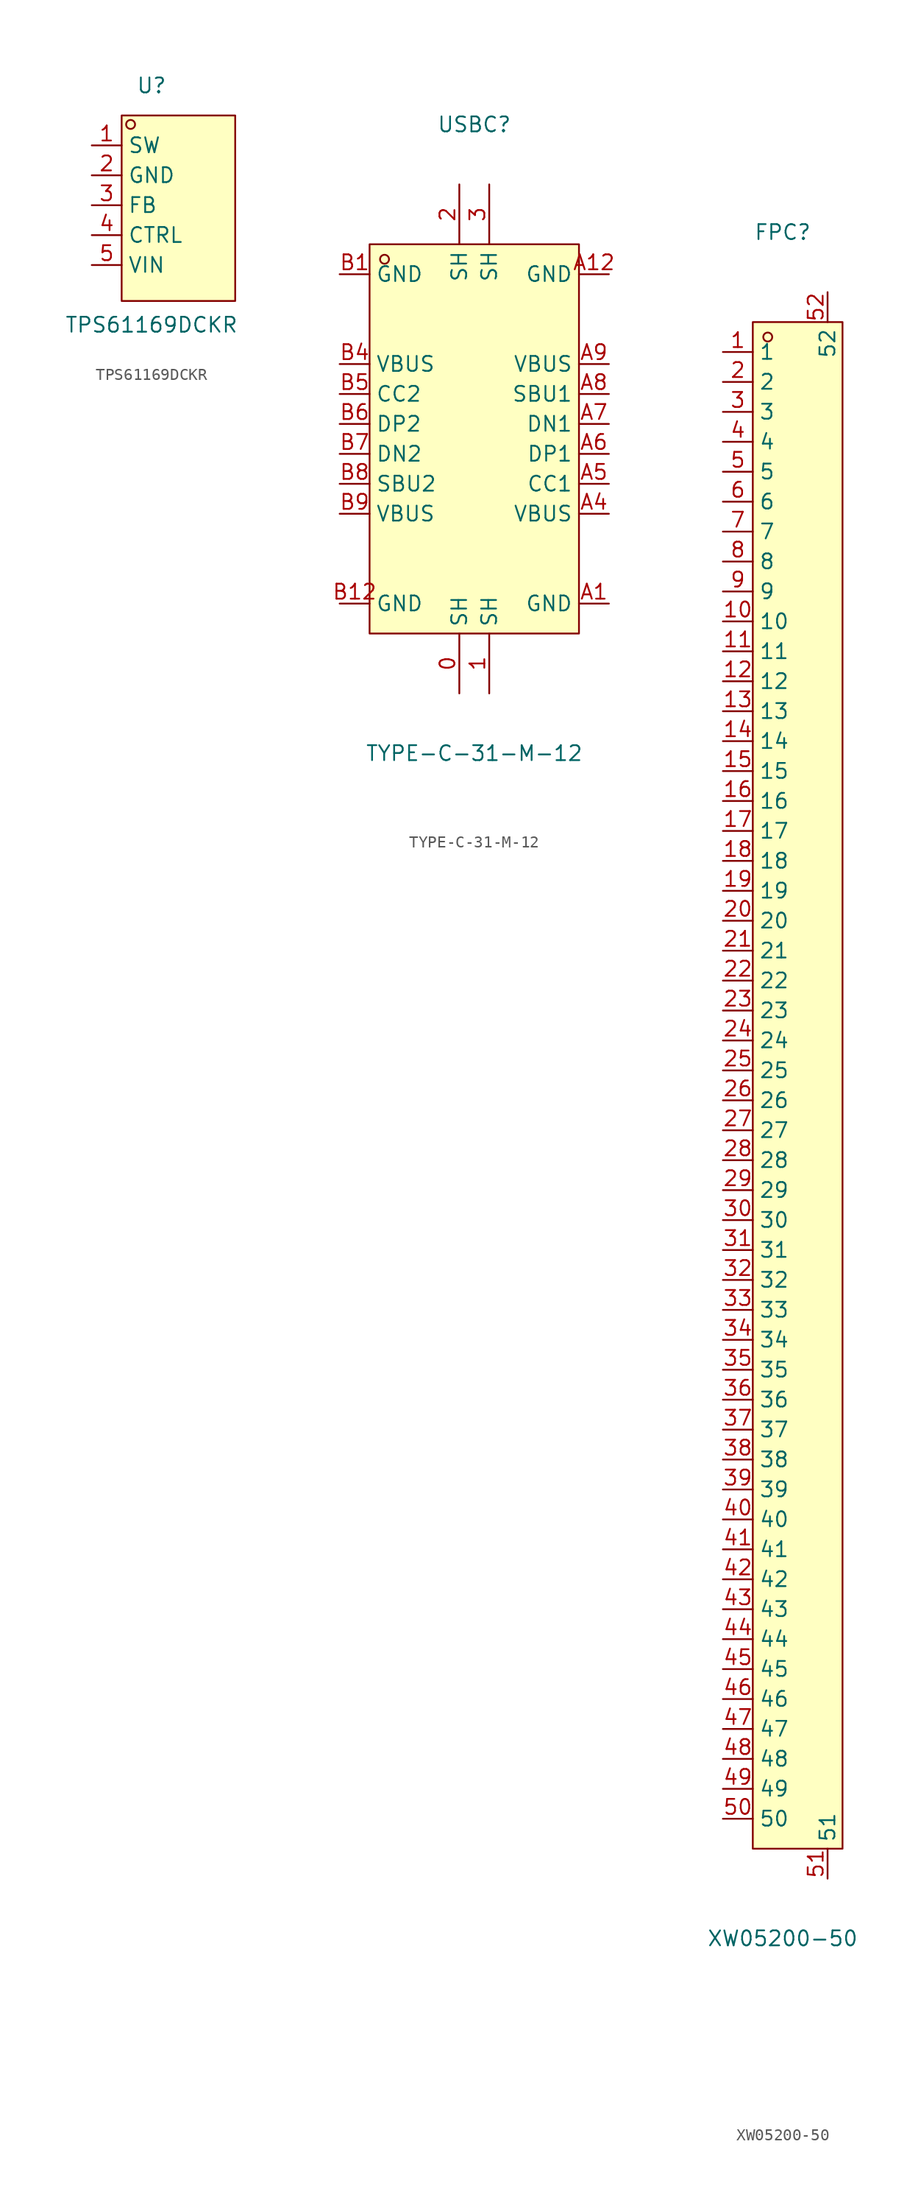
<source format=kicad_sym>
(kicad_symbol_lib
  (version 20231120)
  (generator "kicad_symbol_editor")
  (generator_version "8.0")
  (symbol "TPS61169DCKR"
    (property "Reference" "U"
      (at 0 10.16 0)
      (effects (font (size 1.27 1.27))))
    (property "Value" "TPS61169DCKR"
      (at 0 -10.16 0)
      (effects (font (size 1.27 1.27))))
    (symbol "TPS61169DCKR_0_1"
      (rectangle (start -2.54 7.62) (end 7.11 -8.13) (stroke (width 0) (type default)) (fill (type background)))
      (circle (center -1.78 6.86) (radius 0.38) (stroke (width 0) (type default)) (fill (type none)))
      (pin unspecified line (at -5.08 5.08 0) (length 2.54) (name "SW" (effects (font (size 1.27 1.27)))) (number "1" (effects (font (size 1.27 1.27)))))
      (pin unspecified line (at -5.08 2.54 0) (length 2.54) (name "GND" (effects (font (size 1.27 1.27)))) (number "2" (effects (font (size 1.27 1.27)))))
      (pin unspecified line (at -5.08 0 0) (length 2.54) (name "FB" (effects (font (size 1.27 1.27)))) (number "3" (effects (font (size 1.27 1.27)))))
      (pin unspecified line (at -5.08 -2.54 0) (length 2.54) (name "CTRL" (effects (font (size 1.27 1.27)))) (number "4" (effects (font (size 1.27 1.27)))))
      (pin unspecified line (at -5.08 -5.08 0) (length 2.54) (name "VIN" (effects (font (size 1.27 1.27)))) (number "5" (effects (font (size 1.27 1.27)))))))
  (symbol "TYPE-C-31-M-12"
    (property "Reference" "USBC"
      (at 0 26.67 0)
      (effects (font (size 1.27 1.27))))
    (property "Value" "TYPE-C-31-M-12"
      (at 0 -26.67 0)
      (effects (font (size 1.27 1.27))))
    (symbol "TYPE-C-31-M-12_0_1"
      (rectangle (start -8.89 16.51) (end 8.89 -16.51) (stroke (width 0) (type default)) (fill (type background)))
      (circle (center -7.62 15.24) (radius 0.38) (stroke (width 0) (type default)) (fill (type none)))
      (pin unspecified line (at -1.27 -21.59 90) (length 5.08) (name "SH" (effects (font (size 1.27 1.27)))) (number "0" (effects (font (size 1.27 1.27)))))
      (pin unspecified line (at 11.43 -13.97 180) (length 2.54) (name "GND" (effects (font (size 1.27 1.27)))) (number "A1" (effects (font (size 1.27 1.27)))))
      (pin unspecified line (at 11.43 13.97 180) (length 2.54) (name "GND" (effects (font (size 1.27 1.27)))) (number "A12" (effects (font (size 1.27 1.27)))))
      (pin unspecified line (at 11.43 -6.35 180) (length 2.54) (name "VBUS" (effects (font (size 1.27 1.27)))) (number "A4" (effects (font (size 1.27 1.27)))))
      (pin unspecified line (at 11.43 -3.81 180) (length 2.54) (name "CC1" (effects (font (size 1.27 1.27)))) (number "A5" (effects (font (size 1.27 1.27)))))
      (pin unspecified line (at 11.43 -1.27 180) (length 2.54) (name "DP1" (effects (font (size 1.27 1.27)))) (number "A6" (effects (font (size 1.27 1.27)))))
      (pin unspecified line (at 11.43 1.27 180) (length 2.54) (name "DN1" (effects (font (size 1.27 1.27)))) (number "A7" (effects (font (size 1.27 1.27)))))
      (pin unspecified line (at 11.43 3.81 180) (length 2.54) (name "SBU1" (effects (font (size 1.27 1.27)))) (number "A8" (effects (font (size 1.27 1.27)))))
      (pin unspecified line (at 11.43 6.35 180) (length 2.54) (name "VBUS" (effects (font (size 1.27 1.27)))) (number "A9" (effects (font (size 1.27 1.27)))))
      (pin unspecified line (at -11.43 13.97 0) (length 2.54) (name "GND" (effects (font (size 1.27 1.27)))) (number "B1" (effects (font (size 1.27 1.27)))))
      (pin unspecified line (at -11.43 -13.97 0) (length 2.54) (name "GND" (effects (font (size 1.27 1.27)))) (number "B12" (effects (font (size 1.27 1.27)))))
      (pin unspecified line (at -11.43 6.35 0) (length 2.54) (name "VBUS" (effects (font (size 1.27 1.27)))) (number "B4" (effects (font (size 1.27 1.27)))))
      (pin unspecified line (at -11.43 3.81 0) (length 2.54) (name "CC2" (effects (font (size 1.27 1.27)))) (number "B5" (effects (font (size 1.27 1.27)))))
      (pin unspecified line (at -11.43 1.27 0) (length 2.54) (name "DP2" (effects (font (size 1.27 1.27)))) (number "B6" (effects (font (size 1.27 1.27)))))
      (pin unspecified line (at -11.43 -1.27 0) (length 2.54) (name "DN2" (effects (font (size 1.27 1.27)))) (number "B7" (effects (font (size 1.27 1.27)))))
      (pin unspecified line (at -11.43 -3.81 0) (length 2.54) (name "SBU2" (effects (font (size 1.27 1.27)))) (number "B8" (effects (font (size 1.27 1.27)))))
      (pin unspecified line (at -11.43 -6.35 0) (length 2.54) (name "VBUS" (effects (font (size 1.27 1.27)))) (number "B9" (effects (font (size 1.27 1.27))))))
    (symbol "TYPE-C-31-M-12_1_1"
      (pin unspecified line (at 1.27 -21.59 90) (length 5.08) (name "SH" (effects (font (size 1.27 1.27)))) (number "1" (effects (font (size 1.27 1.27)))))
      (pin unspecified line (at -1.27 21.59 270) (length 5.08) (name "SH" (effects (font (size 1.27 1.27)))) (number "2" (effects (font (size 1.27 1.27)))))
      (pin unspecified line (at 1.27 21.59 270) (length 5.08) (name "SH" (effects (font (size 1.27 1.27)))) (number "3" (effects (font (size 1.27 1.27)))))))
  (symbol "XW05200-50"
    (property "Reference" "FPC"
      (at 0 72.39 0)
      (effects (font (size 1.27 1.27))))
    (property "Value" "XW05200-50"
      (at 0 -72.39 0)
      (effects (font (size 1.27 1.27))))
    (symbol "XW05200-50_0_1"
      (rectangle (start -2.54 64.77) (end 5.08 -64.77) (stroke (width 0) (type default)) (fill (type background)))
      (circle (center -1.27 63.5) (radius 0.38) (stroke (width 0) (type default)) (fill (type none)))
      (pin unspecified line (at -5.08 62.23 0) (length 2.54) (name "1" (effects (font (size 1.27 1.27)))) (number "1" (effects (font (size 1.27 1.27)))))
      (pin unspecified line (at -5.08 39.37 0) (length 2.54) (name "10" (effects (font (size 1.27 1.27)))) (number "10" (effects (font (size 1.27 1.27)))))
      (pin unspecified line (at -5.08 36.83 0) (length 2.54) (name "11" (effects (font (size 1.27 1.27)))) (number "11" (effects (font (size 1.27 1.27)))))
      (pin unspecified line (at -5.08 34.29 0) (length 2.54) (name "12" (effects (font (size 1.27 1.27)))) (number "12" (effects (font (size 1.27 1.27)))))
      (pin unspecified line (at -5.08 31.75 0) (length 2.54) (name "13" (effects (font (size 1.27 1.27)))) (number "13" (effects (font (size 1.27 1.27)))))
      (pin unspecified line (at -5.08 29.21 0) (length 2.54) (name "14" (effects (font (size 1.27 1.27)))) (number "14" (effects (font (size 1.27 1.27)))))
      (pin unspecified line (at -5.08 26.67 0) (length 2.54) (name "15" (effects (font (size 1.27 1.27)))) (number "15" (effects (font (size 1.27 1.27)))))
      (pin unspecified line (at -5.08 24.13 0) (length 2.54) (name "16" (effects (font (size 1.27 1.27)))) (number "16" (effects (font (size 1.27 1.27)))))
      (pin unspecified line (at -5.08 21.59 0) (length 2.54) (name "17" (effects (font (size 1.27 1.27)))) (number "17" (effects (font (size 1.27 1.27)))))
      (pin unspecified line (at -5.08 19.05 0) (length 2.54) (name "18" (effects (font (size 1.27 1.27)))) (number "18" (effects (font (size 1.27 1.27)))))
      (pin unspecified line (at -5.08 16.51 0) (length 2.54) (name "19" (effects (font (size 1.27 1.27)))) (number "19" (effects (font (size 1.27 1.27)))))
      (pin unspecified line (at -5.08 59.69 0) (length 2.54) (name "2" (effects (font (size 1.27 1.27)))) (number "2" (effects (font (size 1.27 1.27)))))
      (pin unspecified line (at -5.08 13.97 0) (length 2.54) (name "20" (effects (font (size 1.27 1.27)))) (number "20" (effects (font (size 1.27 1.27)))))
      (pin unspecified line (at -5.08 11.43 0) (length 2.54) (name "21" (effects (font (size 1.27 1.27)))) (number "21" (effects (font (size 1.27 1.27)))))
      (pin unspecified line (at -5.08 8.89 0) (length 2.54) (name "22" (effects (font (size 1.27 1.27)))) (number "22" (effects (font (size 1.27 1.27)))))
      (pin unspecified line (at -5.08 6.35 0) (length 2.54) (name "23" (effects (font (size 1.27 1.27)))) (number "23" (effects (font (size 1.27 1.27)))))
      (pin unspecified line (at -5.08 3.81 0) (length 2.54) (name "24" (effects (font (size 1.27 1.27)))) (number "24" (effects (font (size 1.27 1.27)))))
      (pin unspecified line (at -5.08 1.27 0) (length 2.54) (name "25" (effects (font (size 1.27 1.27)))) (number "25" (effects (font (size 1.27 1.27)))))
      (pin unspecified line (at -5.08 -1.27 0) (length 2.54) (name "26" (effects (font (size 1.27 1.27)))) (number "26" (effects (font (size 1.27 1.27)))))
      (pin unspecified line (at -5.08 -3.81 0) (length 2.54) (name "27" (effects (font (size 1.27 1.27)))) (number "27" (effects (font (size 1.27 1.27)))))
      (pin unspecified line (at -5.08 -6.35 0) (length 2.54) (name "28" (effects (font (size 1.27 1.27)))) (number "28" (effects (font (size 1.27 1.27)))))
      (pin unspecified line (at -5.08 -8.89 0) (length 2.54) (name "29" (effects (font (size 1.27 1.27)))) (number "29" (effects (font (size 1.27 1.27)))))
      (pin unspecified line (at -5.08 57.15 0) (length 2.54) (name "3" (effects (font (size 1.27 1.27)))) (number "3" (effects (font (size 1.27 1.27)))))
      (pin unspecified line (at -5.08 -11.43 0) (length 2.54) (name "30" (effects (font (size 1.27 1.27)))) (number "30" (effects (font (size 1.27 1.27)))))
      (pin unspecified line (at -5.08 -13.97 0) (length 2.54) (name "31" (effects (font (size 1.27 1.27)))) (number "31" (effects (font (size 1.27 1.27)))))
      (pin unspecified line (at -5.08 -16.51 0) (length 2.54) (name "32" (effects (font (size 1.27 1.27)))) (number "32" (effects (font (size 1.27 1.27)))))
      (pin unspecified line (at -5.08 -19.05 0) (length 2.54) (name "33" (effects (font (size 1.27 1.27)))) (number "33" (effects (font (size 1.27 1.27)))))
      (pin unspecified line (at -5.08 -21.59 0) (length 2.54) (name "34" (effects (font (size 1.27 1.27)))) (number "34" (effects (font (size 1.27 1.27)))))
      (pin unspecified line (at -5.08 -24.13 0) (length 2.54) (name "35" (effects (font (size 1.27 1.27)))) (number "35" (effects (font (size 1.27 1.27)))))
      (pin unspecified line (at -5.08 -26.67 0) (length 2.54) (name "36" (effects (font (size 1.27 1.27)))) (number "36" (effects (font (size 1.27 1.27)))))
      (pin unspecified line (at -5.08 -29.21 0) (length 2.54) (name "37" (effects (font (size 1.27 1.27)))) (number "37" (effects (font (size 1.27 1.27)))))
      (pin unspecified line (at -5.08 -31.75 0) (length 2.54) (name "38" (effects (font (size 1.27 1.27)))) (number "38" (effects (font (size 1.27 1.27)))))
      (pin unspecified line (at -5.08 -34.29 0) (length 2.54) (name "39" (effects (font (size 1.27 1.27)))) (number "39" (effects (font (size 1.27 1.27)))))
      (pin unspecified line (at -5.08 54.61 0) (length 2.54) (name "4" (effects (font (size 1.27 1.27)))) (number "4" (effects (font (size 1.27 1.27)))))
      (pin unspecified line (at -5.08 -36.83 0) (length 2.54) (name "40" (effects (font (size 1.27 1.27)))) (number "40" (effects (font (size 1.27 1.27)))))
      (pin unspecified line (at -5.08 -39.37 0) (length 2.54) (name "41" (effects (font (size 1.27 1.27)))) (number "41" (effects (font (size 1.27 1.27)))))
      (pin unspecified line (at -5.08 -41.91 0) (length 2.54) (name "42" (effects (font (size 1.27 1.27)))) (number "42" (effects (font (size 1.27 1.27)))))
      (pin unspecified line (at -5.08 -44.45 0) (length 2.54) (name "43" (effects (font (size 1.27 1.27)))) (number "43" (effects (font (size 1.27 1.27)))))
      (pin unspecified line (at -5.08 -46.99 0) (length 2.54) (name "44" (effects (font (size 1.27 1.27)))) (number "44" (effects (font (size 1.27 1.27)))))
      (pin unspecified line (at -5.08 -49.53 0) (length 2.54) (name "45" (effects (font (size 1.27 1.27)))) (number "45" (effects (font (size 1.27 1.27)))))
      (pin unspecified line (at -5.08 -52.07 0) (length 2.54) (name "46" (effects (font (size 1.27 1.27)))) (number "46" (effects (font (size 1.27 1.27)))))
      (pin unspecified line (at -5.08 -54.61 0) (length 2.54) (name "47" (effects (font (size 1.27 1.27)))) (number "47" (effects (font (size 1.27 1.27)))))
      (pin unspecified line (at -5.08 -57.15 0) (length 2.54) (name "48" (effects (font (size 1.27 1.27)))) (number "48" (effects (font (size 1.27 1.27)))))
      (pin unspecified line (at -5.08 -59.69 0) (length 2.54) (name "49" (effects (font (size 1.27 1.27)))) (number "49" (effects (font (size 1.27 1.27)))))
      (pin unspecified line (at -5.08 52.07 0) (length 2.54) (name "5" (effects (font (size 1.27 1.27)))) (number "5" (effects (font (size 1.27 1.27)))))
      (pin unspecified line (at -5.08 -62.23 0) (length 2.54) (name "50" (effects (font (size 1.27 1.27)))) (number "50" (effects (font (size 1.27 1.27)))))
      (pin unspecified line (at 3.81 -67.31 90) (length 2.54) (name "51" (effects (font (size 1.27 1.27)))) (number "51" (effects (font (size 1.27 1.27)))))
      (pin unspecified line (at 3.81 67.31 270) (length 2.54) (name "52" (effects (font (size 1.27 1.27)))) (number "52" (effects (font (size 1.27 1.27)))))
      (pin unspecified line (at -5.08 49.53 0) (length 2.54) (name "6" (effects (font (size 1.27 1.27)))) (number "6" (effects (font (size 1.27 1.27)))))
      (pin unspecified line (at -5.08 46.99 0) (length 2.54) (name "7" (effects (font (size 1.27 1.27)))) (number "7" (effects (font (size 1.27 1.27)))))
      (pin unspecified line (at -5.08 44.45 0) (length 2.54) (name "8" (effects (font (size 1.27 1.27)))) (number "8" (effects (font (size 1.27 1.27)))))
      (pin unspecified line (at -5.08 41.91 0) (length 2.54) (name "9" (effects (font (size 1.27 1.27)))) (number "9" (effects (font (size 1.27 1.27))))))))
</source>
